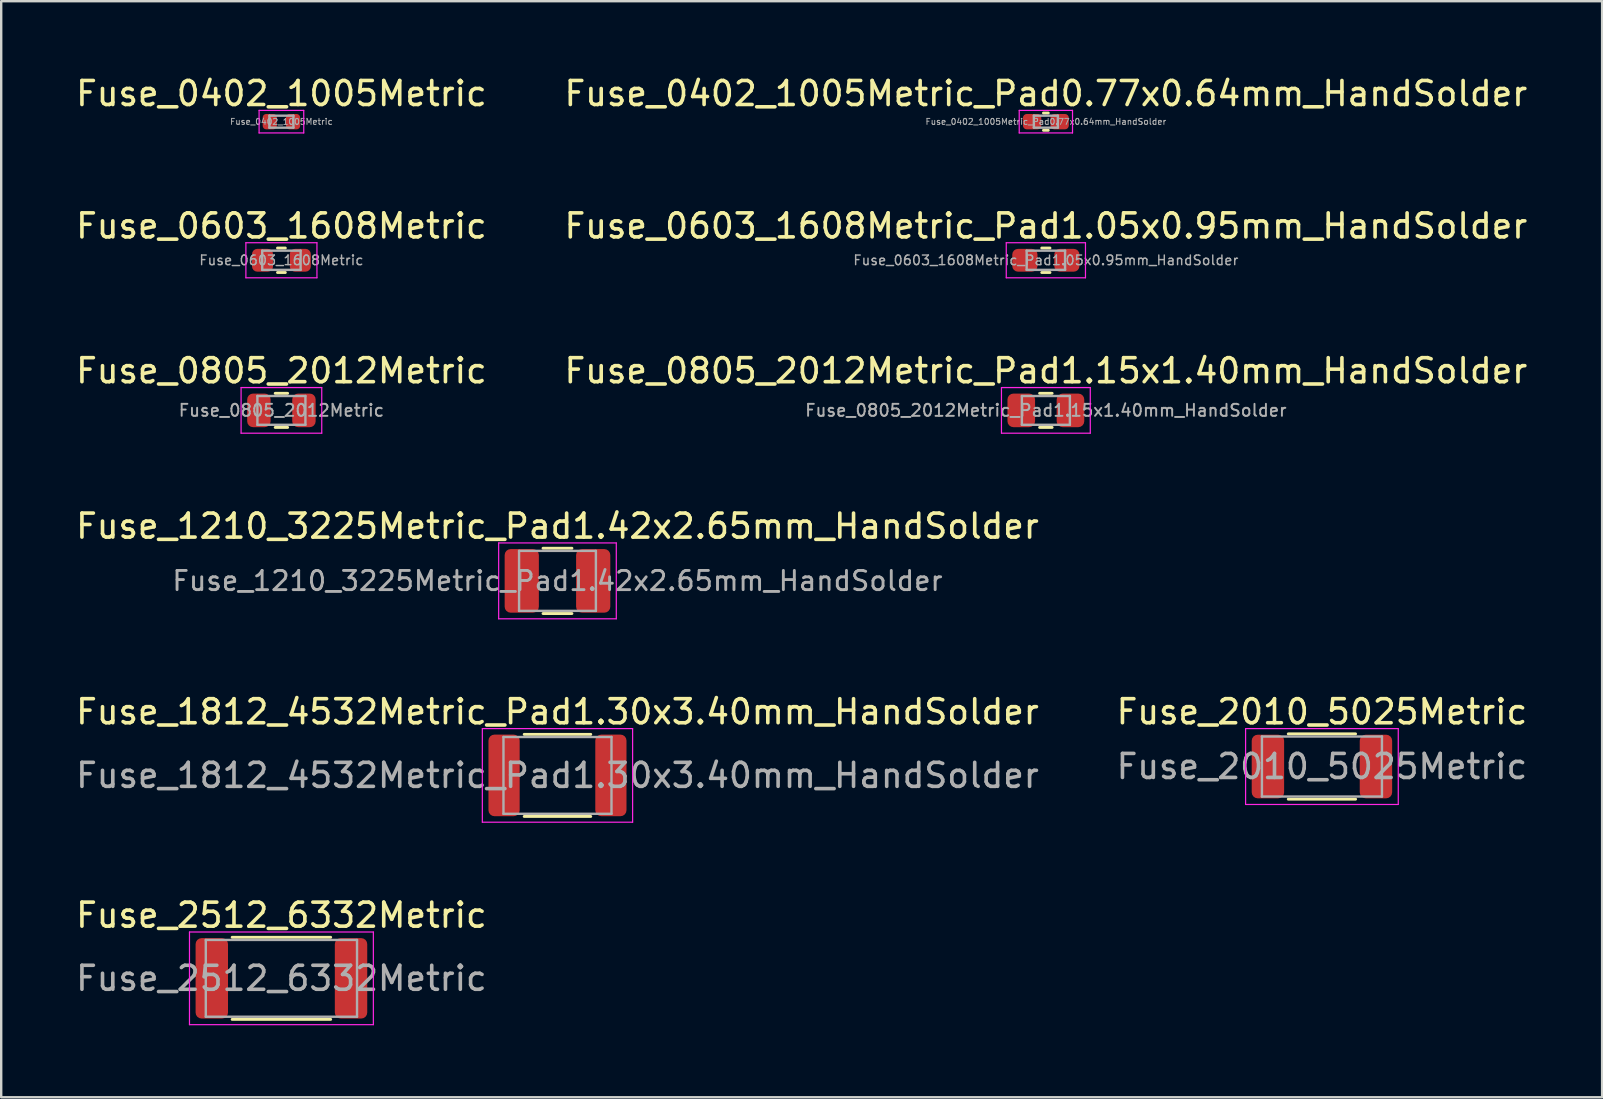
<source format=kicad_pcb>
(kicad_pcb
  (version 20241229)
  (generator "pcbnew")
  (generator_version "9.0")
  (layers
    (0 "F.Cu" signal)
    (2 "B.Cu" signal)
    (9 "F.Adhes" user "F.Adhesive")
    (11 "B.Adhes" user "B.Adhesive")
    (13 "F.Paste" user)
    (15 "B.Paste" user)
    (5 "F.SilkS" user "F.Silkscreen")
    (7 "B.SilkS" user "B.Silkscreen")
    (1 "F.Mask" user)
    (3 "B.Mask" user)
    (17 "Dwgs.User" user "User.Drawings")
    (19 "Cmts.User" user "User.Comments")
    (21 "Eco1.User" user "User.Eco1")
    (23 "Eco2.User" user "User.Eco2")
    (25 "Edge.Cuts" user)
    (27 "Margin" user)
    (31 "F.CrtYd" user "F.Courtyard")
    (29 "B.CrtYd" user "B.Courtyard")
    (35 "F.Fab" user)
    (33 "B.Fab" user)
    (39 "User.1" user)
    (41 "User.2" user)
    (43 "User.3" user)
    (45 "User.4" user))
  (footprint "Fuse_0805_2012Metric_Pad1.15x1.40mm_HandSolder"
    (layer "F.Cu")
    (at 40.518 14.045)
    (property "Reference" "Fuse_0805_2012Metric_Pad1.15x1.40mm_HandSolder" (at 0 -1.65 0) (layer "F.SilkS") (effects (font (size 1 1) (thickness 0.15))))
    (attr smd)
    (fp_line (start -0.261 -0.71) (end 0.261 -0.71) (stroke (width 0.12) (type solid)) (layer "F.SilkS"))
    (fp_line (start -0.261 0.71) (end 0.261 0.71) (stroke (width 0.12) (type solid)) (layer "F.SilkS"))
    (fp_line (start -1.85 -0.95) (end 1.85 -0.95) (stroke (width 0.05) (type solid)) (layer "F.CrtYd"))
    (fp_line (start -1.85 0.95) (end -1.85 -0.95) (stroke (width 0.05) (type solid)) (layer "F.CrtYd"))
    (fp_line (start 1.85 -0.95) (end 1.85 0.95) (stroke (width 0.05) (type solid)) (layer "F.CrtYd"))
    (fp_line (start 1.85 0.95) (end -1.85 0.95) (stroke (width 0.05) (type solid)) (layer "F.CrtYd"))
    (fp_line (start -1 -0.6) (end 1 -0.6) (stroke (width 0.1) (type solid)) (layer "F.Fab"))
    (fp_line (start -1 0.6) (end -1 -0.6) (stroke (width 0.1) (type solid)) (layer "F.Fab"))
    (fp_line (start 1 -0.6) (end 1 0.6) (stroke (width 0.1) (type solid)) (layer "F.Fab"))
    (fp_line (start 1 0.6) (end -1 0.6) (stroke (width 0.1) (type solid)) (layer "F.Fab"))
    (fp_text user "${REFERENCE}" (at 0 0 0) (layer "F.Fab") (effects (font (size 0.5 0.5) (thickness 0.08))))
    (pad "1" smd roundrect (at -1.025 0) (size 1.15 1.4) (layers "F.Cu" "F.Mask" "F.Paste") (roundrect_rratio 0.217))
    (pad "2" smd roundrect (at 1.025 0) (size 1.15 1.4) (layers "F.Cu" "F.Mask" "F.Paste") (roundrect_rratio 0.217)))
  (footprint "Fuse_2010_5025Metric"
    (layer "F.Cu")
    (at 52.018 28.881)
    (property "Reference" "Fuse_2010_5025Metric" (at 0 -2.28 0) (layer "F.SilkS") (effects (font (size 1 1) (thickness 0.15))))
    (attr smd)
    (fp_line (start -1.402 -1.36) (end 1.402 -1.36) (stroke (width 0.12) (type solid)) (layer "F.SilkS"))
    (fp_line (start -1.402 1.36) (end 1.402 1.36) (stroke (width 0.12) (type solid)) (layer "F.SilkS"))
    (fp_line (start -3.18 -1.58) (end 3.18 -1.58) (stroke (width 0.05) (type solid)) (layer "F.CrtYd"))
    (fp_line (start -3.18 1.58) (end -3.18 -1.58) (stroke (width 0.05) (type solid)) (layer "F.CrtYd"))
    (fp_line (start 3.18 -1.58) (end 3.18 1.58) (stroke (width 0.05) (type solid)) (layer "F.CrtYd"))
    (fp_line (start 3.18 1.58) (end -3.18 1.58) (stroke (width 0.05) (type solid)) (layer "F.CrtYd"))
    (fp_line (start -2.5 -1.25) (end 2.5 -1.25) (stroke (width 0.1) (type solid)) (layer "F.Fab"))
    (fp_line (start -2.5 1.25) (end -2.5 -1.25) (stroke (width 0.1) (type solid)) (layer "F.Fab"))
    (fp_line (start 2.5 -1.25) (end 2.5 1.25) (stroke (width 0.1) (type solid)) (layer "F.Fab"))
    (fp_line (start 2.5 1.25) (end -2.5 1.25) (stroke (width 0.1) (type solid)) (layer "F.Fab"))
    (fp_text user "${REFERENCE}" (at 0 0 0) (layer "F.Fab") (effects (font (size 1 1) (thickness 0.15))))
    (pad "1" smd roundrect (at -2.25 0) (size 1.35 2.65) (layers "F.Cu" "F.Mask" "F.Paste") (roundrect_rratio 0.185))
    (pad "2" smd roundrect (at 2.25 0) (size 1.35 2.65) (layers "F.Cu" "F.Mask" "F.Paste") (roundrect_rratio 0.185)))
  (footprint "Fuse_1812_4532Metric_Pad1.30x3.40mm_HandSolder"
    (layer "F.Cu")
    (at 20.173 29.251)
    (property "Reference" "Fuse_1812_4532Metric_Pad1.30x3.40mm_HandSolder" (at 0 -2.65 0) (layer "F.SilkS") (effects (font (size 1 1) (thickness 0.15))))
    (attr smd)
    (fp_line (start -1.386 -1.71) (end 1.386 -1.71) (stroke (width 0.12) (type solid)) (layer "F.SilkS"))
    (fp_line (start -1.386 1.71) (end 1.386 1.71) (stroke (width 0.12) (type solid)) (layer "F.SilkS"))
    (fp_line (start -3.13 -1.95) (end 3.13 -1.95) (stroke (width 0.05) (type solid)) (layer "F.CrtYd"))
    (fp_line (start -3.13 1.95) (end -3.13 -1.95) (stroke (width 0.05) (type solid)) (layer "F.CrtYd"))
    (fp_line (start 3.13 -1.95) (end 3.13 1.95) (stroke (width 0.05) (type solid)) (layer "F.CrtYd"))
    (fp_line (start 3.13 1.95) (end -3.13 1.95) (stroke (width 0.05) (type solid)) (layer "F.CrtYd"))
    (fp_line (start -2.25 -1.6) (end 2.25 -1.6) (stroke (width 0.1) (type solid)) (layer "F.Fab"))
    (fp_line (start -2.25 1.6) (end -2.25 -1.6) (stroke (width 0.1) (type solid)) (layer "F.Fab"))
    (fp_line (start 2.25 -1.6) (end 2.25 1.6) (stroke (width 0.1) (type solid)) (layer "F.Fab"))
    (fp_line (start 2.25 1.6) (end -2.25 1.6) (stroke (width 0.1) (type solid)) (layer "F.Fab"))
    (fp_text user "${REFERENCE}" (at 0 0 0) (layer "F.Fab") (effects (font (size 1 1) (thickness 0.15))))
    (pad "1" smd roundrect (at -2.225 0) (size 1.3 3.4) (layers "F.Cu" "F.Mask" "F.Paste") (roundrect_rratio 0.192))
    (pad "2" smd roundrect (at 2.225 0) (size 1.3 3.4) (layers "F.Cu" "F.Mask" "F.Paste") (roundrect_rratio 0.192)))
  (footprint "Fuse_1210_3225Metric_Pad1.42x2.65mm_HandSolder"
    (layer "F.Cu")
    (at 20.173 21.148)
    (property "Reference" "Fuse_1210_3225Metric_Pad1.42x2.65mm_HandSolder" (at 0 -2.28 0) (layer "F.SilkS") (effects (font (size 1 1) (thickness 0.15))))
    (attr smd)
    (fp_line (start -0.602 -1.36) (end 0.602 -1.36) (stroke (width 0.12) (type solid)) (layer "F.SilkS"))
    (fp_line (start -0.602 1.36) (end 0.602 1.36) (stroke (width 0.12) (type solid)) (layer "F.SilkS"))
    (fp_line (start -2.45 -1.58) (end 2.45 -1.58) (stroke (width 0.05) (type solid)) (layer "F.CrtYd"))
    (fp_line (start -2.45 1.58) (end -2.45 -1.58) (stroke (width 0.05) (type solid)) (layer "F.CrtYd"))
    (fp_line (start 2.45 -1.58) (end 2.45 1.58) (stroke (width 0.05) (type solid)) (layer "F.CrtYd"))
    (fp_line (start 2.45 1.58) (end -2.45 1.58) (stroke (width 0.05) (type solid)) (layer "F.CrtYd"))
    (fp_line (start -1.6 -1.25) (end 1.6 -1.25) (stroke (width 0.1) (type solid)) (layer "F.Fab"))
    (fp_line (start -1.6 1.25) (end -1.6 -1.25) (stroke (width 0.1) (type solid)) (layer "F.Fab"))
    (fp_line (start 1.6 -1.25) (end 1.6 1.25) (stroke (width 0.1) (type solid)) (layer "F.Fab"))
    (fp_line (start 1.6 1.25) (end -1.6 1.25) (stroke (width 0.1) (type solid)) (layer "F.Fab"))
    (fp_text user "${REFERENCE}" (at 0 0 0) (layer "F.Fab") (effects (font (size 0.8 0.8) (thickness 0.12))))
    (pad "1" smd roundrect (at -1.488 0) (size 1.425 2.65) (layers "F.Cu" "F.Mask" "F.Paste") (roundrect_rratio 0.175))
    (pad "2" smd roundrect (at 1.488 0) (size 1.425 2.65) (layers "F.Cu" "F.Mask" "F.Paste") (roundrect_rratio 0.175)))
  (footprint "Fuse_0805_2012Metric"
    (layer "F.Cu")
    (at 8.673 14.045)
    (property "Reference" "Fuse_0805_2012Metric" (at 0 -1.65 0) (layer "F.SilkS") (effects (font (size 1 1) (thickness 0.15))))
    (attr smd)
    (fp_line (start -0.259 -0.71) (end 0.259 -0.71) (stroke (width 0.12) (type solid)) (layer "F.SilkS"))
    (fp_line (start -0.259 0.71) (end 0.259 0.71) (stroke (width 0.12) (type solid)) (layer "F.SilkS"))
    (fp_line (start -1.68 -0.95) (end 1.68 -0.95) (stroke (width 0.05) (type solid)) (layer "F.CrtYd"))
    (fp_line (start -1.68 0.95) (end -1.68 -0.95) (stroke (width 0.05) (type solid)) (layer "F.CrtYd"))
    (fp_line (start 1.68 -0.95) (end 1.68 0.95) (stroke (width 0.05) (type solid)) (layer "F.CrtYd"))
    (fp_line (start 1.68 0.95) (end -1.68 0.95) (stroke (width 0.05) (type solid)) (layer "F.CrtYd"))
    (fp_line (start -1 -0.6) (end 1 -0.6) (stroke (width 0.1) (type solid)) (layer "F.Fab"))
    (fp_line (start -1 0.6) (end -1 -0.6) (stroke (width 0.1) (type solid)) (layer "F.Fab"))
    (fp_line (start 1 -0.6) (end 1 0.6) (stroke (width 0.1) (type solid)) (layer "F.Fab"))
    (fp_line (start 1 0.6) (end -1 0.6) (stroke (width 0.1) (type solid)) (layer "F.Fab"))
    (fp_text user "${REFERENCE}" (at 0 0 0) (layer "F.Fab") (effects (font (size 0.5 0.5) (thickness 0.08))))
    (pad "1" smd roundrect (at -0.938 0) (size 0.975 1.4) (layers "F.Cu" "F.Mask" "F.Paste") (roundrect_rratio 0.25))
    (pad "2" smd roundrect (at 0.938 0) (size 0.975 1.4) (layers "F.Cu" "F.Mask" "F.Paste") (roundrect_rratio 0.25)))
  (footprint "Fuse_2512_6332Metric"
    (layer "F.Cu")
    (at 8.673 37.705)
    (property "Reference" "Fuse_2512_6332Metric" (at 0 -2.63 0) (layer "F.SilkS") (effects (font (size 1 1) (thickness 0.15))))
    (attr smd)
    (fp_line (start -2.052 -1.71) (end 2.052 -1.71) (stroke (width 0.12) (type solid)) (layer "F.SilkS"))
    (fp_line (start -2.052 1.71) (end 2.052 1.71) (stroke (width 0.12) (type solid)) (layer "F.SilkS"))
    (fp_line (start -3.83 -1.93) (end 3.83 -1.93) (stroke (width 0.05) (type solid)) (layer "F.CrtYd"))
    (fp_line (start -3.83 1.93) (end -3.83 -1.93) (stroke (width 0.05) (type solid)) (layer "F.CrtYd"))
    (fp_line (start 3.83 -1.93) (end 3.83 1.93) (stroke (width 0.05) (type solid)) (layer "F.CrtYd"))
    (fp_line (start 3.83 1.93) (end -3.83 1.93) (stroke (width 0.05) (type solid)) (layer "F.CrtYd"))
    (fp_line (start -3.15 -1.6) (end 3.15 -1.6) (stroke (width 0.1) (type solid)) (layer "F.Fab"))
    (fp_line (start -3.15 1.6) (end -3.15 -1.6) (stroke (width 0.1) (type solid)) (layer "F.Fab"))
    (fp_line (start 3.15 -1.6) (end 3.15 1.6) (stroke (width 0.1) (type solid)) (layer "F.Fab"))
    (fp_line (start 3.15 1.6) (end -3.15 1.6) (stroke (width 0.1) (type solid)) (layer "F.Fab"))
    (fp_text user "${REFERENCE}" (at 0 0 0) (layer "F.Fab") (effects (font (size 1 1) (thickness 0.15))))
    (pad "1" smd roundrect (at -2.9 0) (size 1.35 3.35) (layers "F.Cu" "F.Mask" "F.Paste") (roundrect_rratio 0.185))
    (pad "2" smd roundrect (at 2.9 0) (size 1.35 3.35) (layers "F.Cu" "F.Mask" "F.Paste") (roundrect_rratio 0.185)))
  (footprint "Fuse_0402_1005Metric_Pad0.77x0.64mm_HandSolder"
    (layer "F.Cu")
    (at 40.518 2.018)
    (property "Reference" "Fuse_0402_1005Metric_Pad0.77x0.64mm_HandSolder" (at 0 -1.17 0) (layer "F.SilkS") (effects (font (size 1 1) (thickness 0.15))))
    (attr smd)
    (fp_line (start -0.1 -0.36) (end 0.1 -0.36) (stroke (width 0.12) (type solid)) (layer "F.SilkS"))
    (fp_line (start -0.1 0.36) (end 0.1 0.36) (stroke (width 0.12) (type solid)) (layer "F.SilkS"))
    (fp_line (start -1.11 -0.47) (end 1.11 -0.47) (stroke (width 0.05) (type solid)) (layer "F.CrtYd"))
    (fp_line (start -1.11 0.47) (end -1.11 -0.47) (stroke (width 0.05) (type solid)) (layer "F.CrtYd"))
    (fp_line (start 1.11 -0.47) (end 1.11 0.47) (stroke (width 0.05) (type solid)) (layer "F.CrtYd"))
    (fp_line (start 1.11 0.47) (end -1.11 0.47) (stroke (width 0.05) (type solid)) (layer "F.CrtYd"))
    (fp_line (start -0.5 -0.25) (end 0.5 -0.25) (stroke (width 0.1) (type solid)) (layer "F.Fab"))
    (fp_line (start -0.5 0.25) (end -0.5 -0.25) (stroke (width 0.1) (type solid)) (layer "F.Fab"))
    (fp_line (start 0.5 -0.25) (end 0.5 0.25) (stroke (width 0.1) (type solid)) (layer "F.Fab"))
    (fp_line (start 0.5 0.25) (end -0.5 0.25) (stroke (width 0.1) (type solid)) (layer "F.Fab"))
    (fp_text user "${REFERENCE}" (at 0 0 0) (layer "F.Fab") (effects (font (size 0.25 0.25) (thickness 0.04))))
    (pad "1" smd roundrect (at -0.573 0) (size 0.765 0.64) (layers "F.Cu" "F.Mask" "F.Paste") (roundrect_rratio 0.25))
    (pad "2" smd roundrect (at 0.573 0) (size 0.765 0.64) (layers "F.Cu" "F.Mask" "F.Paste") (roundrect_rratio 0.25)))
  (footprint "Fuse_0603_1608Metric"
    (layer "F.Cu")
    (at 8.673 7.792)
    (property "Reference" "Fuse_0603_1608Metric" (at 0 -1.43 0) (layer "F.SilkS") (effects (font (size 1 1) (thickness 0.15))))
    (attr smd)
    (fp_line (start -0.163 -0.51) (end 0.163 -0.51) (stroke (width 0.12) (type solid)) (layer "F.SilkS"))
    (fp_line (start -0.163 0.51) (end 0.163 0.51) (stroke (width 0.12) (type solid)) (layer "F.SilkS"))
    (fp_line (start -1.48 -0.73) (end 1.48 -0.73) (stroke (width 0.05) (type solid)) (layer "F.CrtYd"))
    (fp_line (start -1.48 0.73) (end -1.48 -0.73) (stroke (width 0.05) (type solid)) (layer "F.CrtYd"))
    (fp_line (start 1.48 -0.73) (end 1.48 0.73) (stroke (width 0.05) (type solid)) (layer "F.CrtYd"))
    (fp_line (start 1.48 0.73) (end -1.48 0.73) (stroke (width 0.05) (type solid)) (layer "F.CrtYd"))
    (fp_line (start -0.8 -0.4) (end 0.8 -0.4) (stroke (width 0.1) (type solid)) (layer "F.Fab"))
    (fp_line (start -0.8 0.4) (end -0.8 -0.4) (stroke (width 0.1) (type solid)) (layer "F.Fab"))
    (fp_line (start 0.8 -0.4) (end 0.8 0.4) (stroke (width 0.1) (type solid)) (layer "F.Fab"))
    (fp_line (start 0.8 0.4) (end -0.8 0.4) (stroke (width 0.1) (type solid)) (layer "F.Fab"))
    (fp_text user "${REFERENCE}" (at 0 0 0) (layer "F.Fab") (effects (font (size 0.4 0.4) (thickness 0.06))))
    (pad "1" smd roundrect (at -0.787 0) (size 0.875 0.95) (layers "F.Cu" "F.Mask" "F.Paste") (roundrect_rratio 0.25))
    (pad "2" smd roundrect (at 0.787 0) (size 0.875 0.95) (layers "F.Cu" "F.Mask" "F.Paste") (roundrect_rratio 0.25)))
  (footprint "Fuse_0402_1005Metric"
    (layer "F.Cu")
    (at 8.673 2.018)
    (property "Reference" "Fuse_0402_1005Metric" (at 0 -1.17 0) (layer "F.SilkS") (effects (font (size 1 1) (thickness 0.15))))
    (attr smd)
    (fp_line (start -0.93 -0.47) (end 0.93 -0.47) (stroke (width 0.05) (type solid)) (layer "F.CrtYd"))
    (fp_line (start -0.93 0.47) (end -0.93 -0.47) (stroke (width 0.05) (type solid)) (layer "F.CrtYd"))
    (fp_line (start 0.93 -0.47) (end 0.93 0.47) (stroke (width 0.05) (type solid)) (layer "F.CrtYd"))
    (fp_line (start 0.93 0.47) (end -0.93 0.47) (stroke (width 0.05) (type solid)) (layer "F.CrtYd"))
    (fp_line (start -0.5 -0.25) (end 0.5 -0.25) (stroke (width 0.1) (type solid)) (layer "F.Fab"))
    (fp_line (start -0.5 0.25) (end -0.5 -0.25) (stroke (width 0.1) (type solid)) (layer "F.Fab"))
    (fp_line (start 0.5 -0.25) (end 0.5 0.25) (stroke (width 0.1) (type solid)) (layer "F.Fab"))
    (fp_line (start 0.5 0.25) (end -0.5 0.25) (stroke (width 0.1) (type solid)) (layer "F.Fab"))
    (fp_text user "${REFERENCE}" (at 0 0 0) (layer "F.Fab") (effects (font (size 0.25 0.25) (thickness 0.04))))
    (pad "1" smd roundrect (at -0.485 0) (size 0.59 0.64) (layers "F.Cu" "F.Mask" "F.Paste") (roundrect_rratio 0.25))
    (pad "2" smd roundrect (at 0.485 0) (size 0.59 0.64) (layers "F.Cu" "F.Mask" "F.Paste") (roundrect_rratio 0.25)))
  (footprint "Fuse_0603_1608Metric_Pad1.05x0.95mm_HandSolder"
    (layer "F.Cu")
    (at 40.518 7.792)
    (property "Reference" "Fuse_0603_1608Metric_Pad1.05x0.95mm_HandSolder" (at 0 -1.43 0) (layer "F.SilkS") (effects (font (size 1 1) (thickness 0.15))))
    (attr smd)
    (fp_line (start -0.171 -0.51) (end 0.171 -0.51) (stroke (width 0.12) (type solid)) (layer "F.SilkS"))
    (fp_line (start -0.171 0.51) (end 0.171 0.51) (stroke (width 0.12) (type solid)) (layer "F.SilkS"))
    (fp_line (start -1.65 -0.73) (end 1.65 -0.73) (stroke (width 0.05) (type solid)) (layer "F.CrtYd"))
    (fp_line (start -1.65 0.73) (end -1.65 -0.73) (stroke (width 0.05) (type solid)) (layer "F.CrtYd"))
    (fp_line (start 1.65 -0.73) (end 1.65 0.73) (stroke (width 0.05) (type solid)) (layer "F.CrtYd"))
    (fp_line (start 1.65 0.73) (end -1.65 0.73) (stroke (width 0.05) (type solid)) (layer "F.CrtYd"))
    (fp_line (start -0.8 -0.4) (end 0.8 -0.4) (stroke (width 0.1) (type solid)) (layer "F.Fab"))
    (fp_line (start -0.8 0.4) (end -0.8 -0.4) (stroke (width 0.1) (type solid)) (layer "F.Fab"))
    (fp_line (start 0.8 -0.4) (end 0.8 0.4) (stroke (width 0.1) (type solid)) (layer "F.Fab"))
    (fp_line (start 0.8 0.4) (end -0.8 0.4) (stroke (width 0.1) (type solid)) (layer "F.Fab"))
    (fp_text user "${REFERENCE}" (at 0 0 0) (layer "F.Fab") (effects (font (size 0.4 0.4) (thickness 0.06))))
    (pad "1" smd roundrect (at -0.875 0) (size 1.05 0.95) (layers "F.Cu" "F.Mask" "F.Paste") (roundrect_rratio 0.25))
    (pad "2" smd roundrect (at 0.875 0) (size 1.05 0.95) (layers "F.Cu" "F.Mask" "F.Paste") (roundrect_rratio 0.25)))
  (gr_rect
    (start -3 -3)
    (end 63.69 42.66)
    (stroke (width 0.1) (type default))
    (fill no)
    (layer "Edge.Cuts")))
</source>
